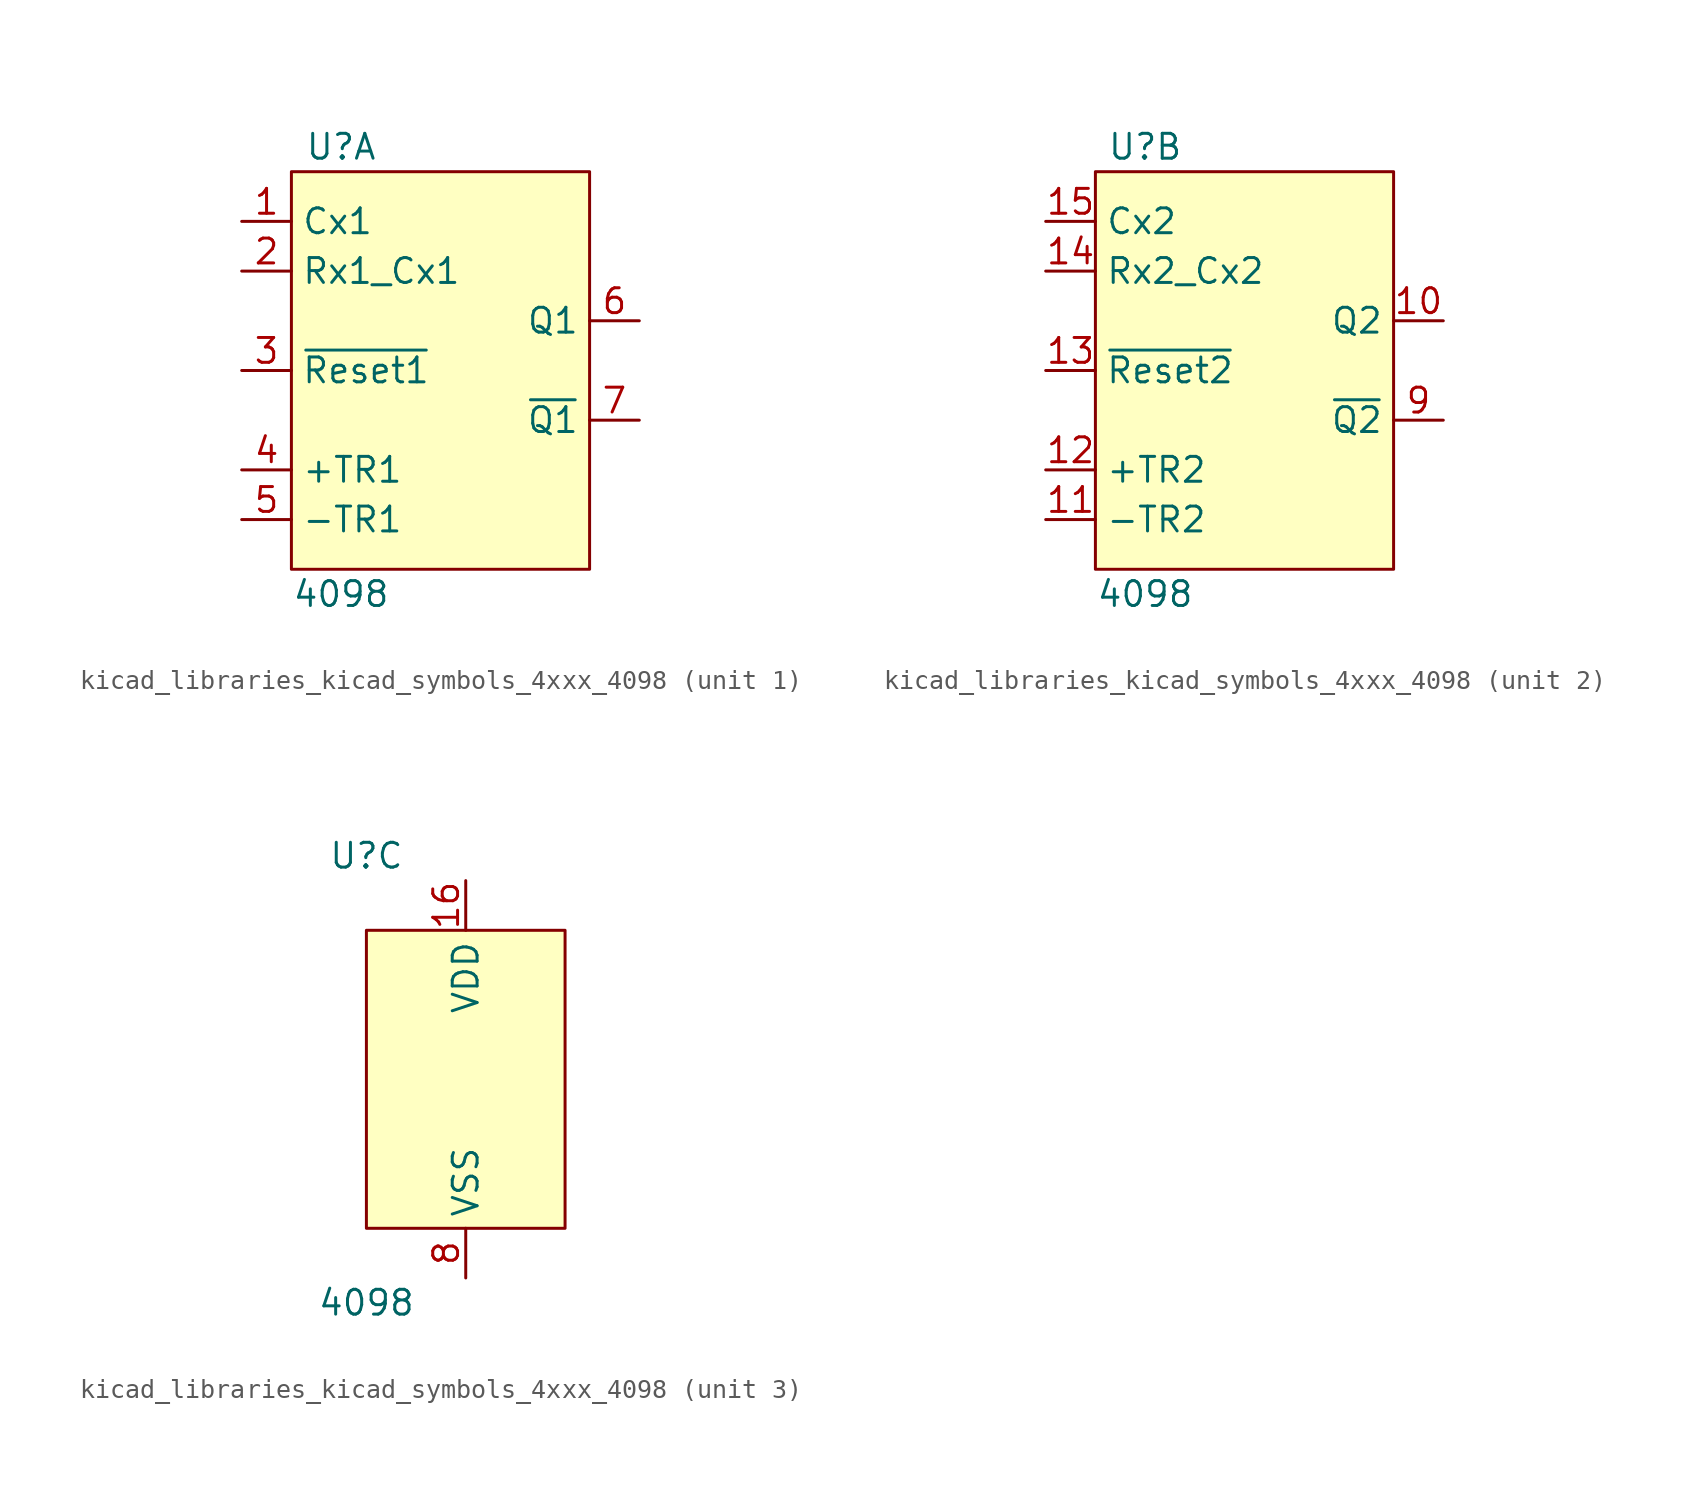
<source format=kicad_sym>
(kicad_symbol_lib
  (version 20220914)
  (generator kicad_symbol_editor)
  (symbol "kicad_libraries_kicad_symbols_4xxx_4098"
    (property "Reference" "U"
      (at -5.08 11.43 0)
      (effects (font (size 1.27 1.27))))
    (property "Value" "4098"
      (at -5.08 -11.43 0)
      (effects (font (size 1.27 1.27))))
    (symbol "kicad_libraries_kicad_symbols_4xxx_4098_1_1"
      (rectangle (start -7.62 10.16) (end 7.62 -10.16) (stroke (width 0) (type default)) (fill (type background)))
      (pin input line (at -10.16 7.62 0) (length 2.54) (name "Cx1" (effects (font (size 1.27 1.27)))) (number "1" (effects (font (size 1.27 1.27)))))
      (pin input line (at -10.16 5.08 0) (length 2.54) (name "Rx1_Cx1" (effects (font (size 1.27 1.27)))) (number "2" (effects (font (size 1.27 1.27)))))
      (pin input line (at -10.16 0 0) (length 2.54) (name "~{Reset1}" (effects (font (size 1.27 1.27)))) (number "3" (effects (font (size 1.27 1.27)))))
      (pin input line (at -10.16 -5.08 0) (length 2.54) (name "+TR1" (effects (font (size 1.27 1.27)))) (number "4" (effects (font (size 1.27 1.27)))))
      (pin input line (at -10.16 -7.62 0) (length 2.54) (name "-TR1" (effects (font (size 1.27 1.27)))) (number "5" (effects (font (size 1.27 1.27)))))
      (pin output line (at 10.16 2.54 180) (length 2.54) (name "Q1" (effects (font (size 1.27 1.27)))) (number "6" (effects (font (size 1.27 1.27)))))
      (pin output line (at 10.16 -2.54 180) (length 2.54) (name "~{Q1}" (effects (font (size 1.27 1.27)))) (number "7" (effects (font (size 1.27 1.27))))))
    (symbol "kicad_libraries_kicad_symbols_4xxx_4098_2_1"
      (rectangle (start -7.62 10.16) (end 7.62 -10.16) (stroke (width 0) (type default)) (fill (type background)))
      (pin output line (at 10.16 2.54 180) (length 2.54) (name "Q2" (effects (font (size 1.27 1.27)))) (number "10" (effects (font (size 1.27 1.27)))))
      (pin input line (at -10.16 -7.62 0) (length 2.54) (name "-TR2" (effects (font (size 1.27 1.27)))) (number "11" (effects (font (size 1.27 1.27)))))
      (pin input line (at -10.16 -5.08 0) (length 2.54) (name "+TR2" (effects (font (size 1.27 1.27)))) (number "12" (effects (font (size 1.27 1.27)))))
      (pin input line (at -10.16 0 0) (length 2.54) (name "~{Reset2}" (effects (font (size 1.27 1.27)))) (number "13" (effects (font (size 1.27 1.27)))))
      (pin input line (at -10.16 5.08 0) (length 2.54) (name "Rx2_Cx2" (effects (font (size 1.27 1.27)))) (number "14" (effects (font (size 1.27 1.27)))))
      (pin input line (at -10.16 7.62 0) (length 2.54) (name "Cx2" (effects (font (size 1.27 1.27)))) (number "15" (effects (font (size 1.27 1.27)))))
      (pin output line (at 10.16 -2.54 180) (length 2.54) (name "~{Q2}" (effects (font (size 1.27 1.27)))) (number "9" (effects (font (size 1.27 1.27))))))
    (symbol "kicad_libraries_kicad_symbols_4xxx_4098_3_1"
      (rectangle (start -5.08 7.62) (end 5.08 -7.62) (stroke (width 0) (type default)) (fill (type background)))
      (pin power_in line (at 0 10.16 270) (length 2.54) (name "VDD" (effects (font (size 1.27 1.27)))) (number "16" (effects (font (size 1.27 1.27)))))
      (pin power_in line (at 0 -10.16 90) (length 2.54) (name "VSS" (effects (font (size 1.27 1.27)))) (number "8" (effects (font (size 1.27 1.27))))))))
</source>
